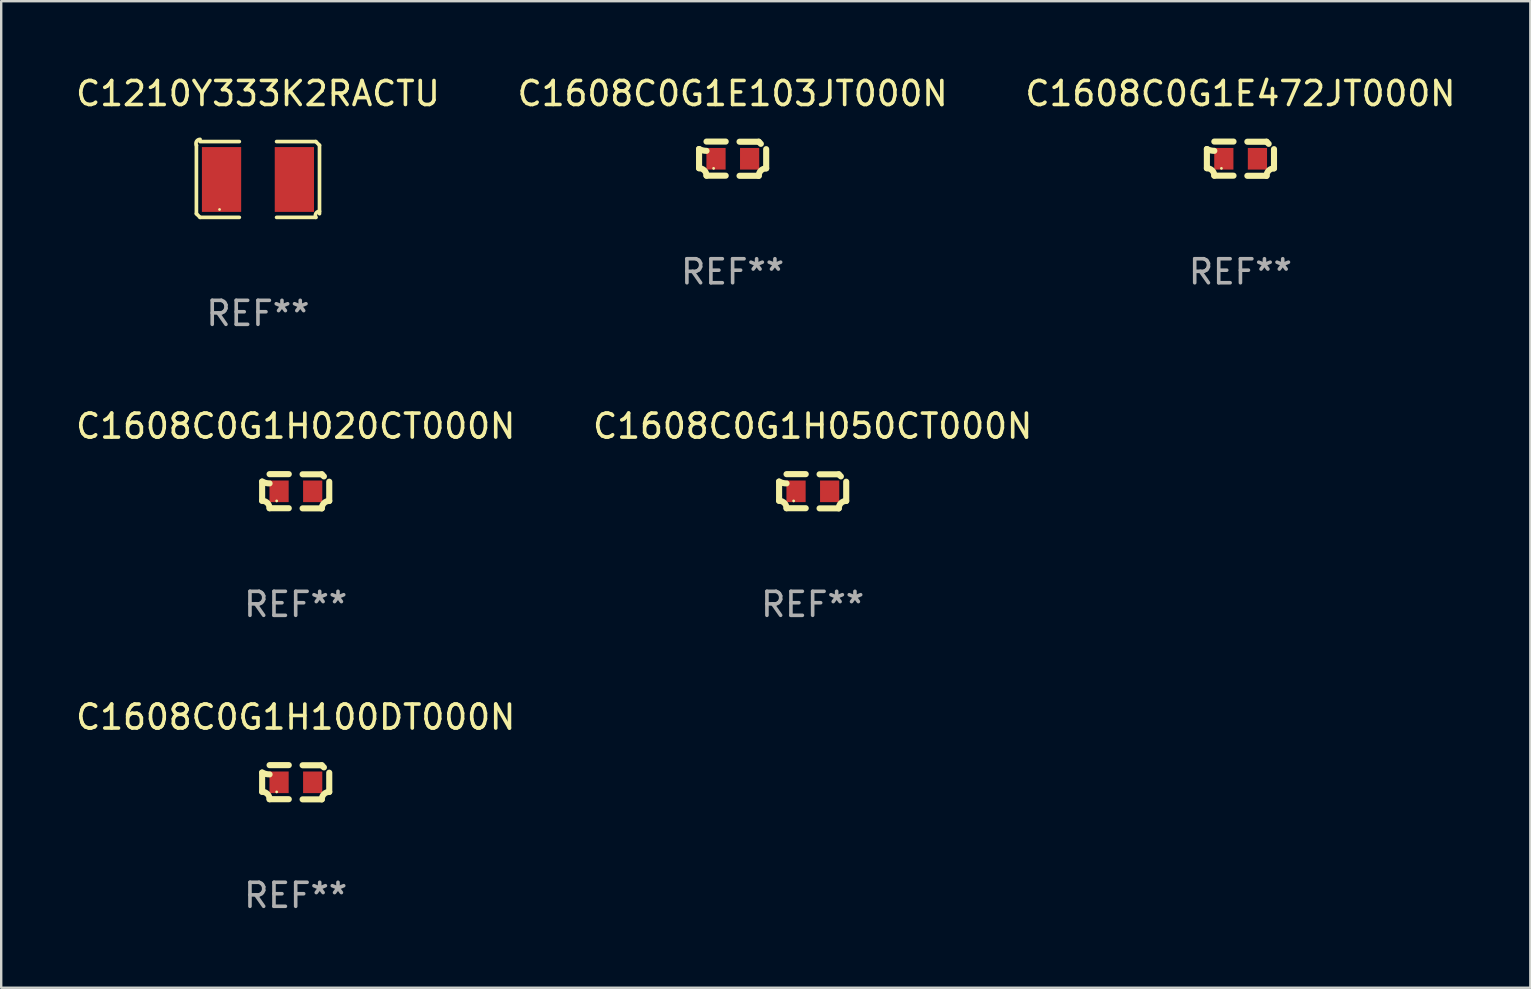
<source format=kicad_pcb>
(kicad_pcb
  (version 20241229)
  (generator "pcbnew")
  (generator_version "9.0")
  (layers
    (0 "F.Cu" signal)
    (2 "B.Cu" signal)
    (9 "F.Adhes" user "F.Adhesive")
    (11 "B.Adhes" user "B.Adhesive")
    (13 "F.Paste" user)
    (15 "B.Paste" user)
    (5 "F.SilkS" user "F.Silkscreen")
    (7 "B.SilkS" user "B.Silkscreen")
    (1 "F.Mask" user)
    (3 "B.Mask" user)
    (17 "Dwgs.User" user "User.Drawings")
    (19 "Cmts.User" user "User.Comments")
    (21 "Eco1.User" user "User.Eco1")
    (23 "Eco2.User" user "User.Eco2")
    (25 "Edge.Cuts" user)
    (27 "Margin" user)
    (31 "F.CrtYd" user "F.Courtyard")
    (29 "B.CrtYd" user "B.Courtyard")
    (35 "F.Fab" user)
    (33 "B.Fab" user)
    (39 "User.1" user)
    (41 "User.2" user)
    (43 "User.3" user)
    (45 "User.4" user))
  (footprint "C1608C0G1H050CT000N"
    (layer "F.Cu")
    (at 30.804 17.415)
    (property "Reference" "C1608C0G1H050CT000N" (at 0 -2.713 0) (layer "F.SilkS") (effects (font (size 1 1) (thickness 0.15))))
    (attr through_hole)
    (fp_line (start -1.398 -0.403) (end -1.398 0.397) (stroke (width 0.254) (type solid)) (layer "F.SilkS"))
    (fp_line (start -0.288 -0.713) (end -1.088 -0.713) (stroke (width 0.254) (type solid)) (layer "F.SilkS"))
    (fp_line (start -0.288 0.707) (end -1.088 0.707) (stroke (width 0.254) (type solid)) (layer "F.SilkS"))
    (fp_line (start 0.288 -0.707) (end 1.088 -0.707) (stroke (width 0.254) (type solid)) (layer "F.SilkS"))
    (fp_line (start 0.288 0.713) (end 1.088 0.713) (stroke (width 0.254) (type solid)) (layer "F.SilkS"))
    (fp_line (start 1.398 -0.397) (end 1.398 0.403) (stroke (width 0.254) (type solid)) (layer "F.SilkS"))
    (fp_arc (start -1.397789 0.397066) (mid -1.178701 0.487826) (end -1.08796 0.706922) (stroke (width 0.254001) (type solid)) (layer "F.SilkS"))
    (fp_arc (start -1.08796 -0.327176) (mid -1.247436 -0.346384) (end -1.39779 -0.402908) (stroke (width 0.254001) (type solid)) (layer "F.SilkS"))
    (fp_arc (start 1.087909 0.712738) (mid 1.178656 0.493655) (end 1.397739 0.402908) (stroke (width 0.254001) (type solid)) (layer "F.SilkS"))
    (fp_arc (start 1.175925 -0.618926) (mid 1.131917 -0.662923) (end 1.08791 -0.706922) (stroke (width 0.254001) (type solid)) (layer "F.SilkS"))
    (fp_circle (center -0.792 0.403) (end -0.762 0.403) (stroke (width 0.06) (type solid)) (fill no) (layer "F.SilkS"))
    (fp_text user "REF**" (at 0 4.713 0) (layer "F.Fab") (effects (font (size 1 1) (thickness 0.15))))
    (pad "1" smd rect (at -0.692 0.003) (size 0.8 0.9) (layers "F.Cu" "F.Mask" "F.Paste"))
    (pad "2" smd rect (at 0.708 0.003) (size 0.8 0.9) (layers "F.Cu" "F.Mask" "F.Paste")))
  (footprint "C1608C0G1H020CT000N"
    (layer "F.Cu")
    (at 9.268 17.415)
    (property "Reference" "C1608C0G1H020CT000N" (at 0 -2.713 0) (layer "F.SilkS") (effects (font (size 1 1) (thickness 0.15))))
    (attr through_hole)
    (fp_line (start -1.398 -0.403) (end -1.398 0.397) (stroke (width 0.254) (type solid)) (layer "F.SilkS"))
    (fp_line (start -0.288 -0.713) (end -1.088 -0.713) (stroke (width 0.254) (type solid)) (layer "F.SilkS"))
    (fp_line (start -0.288 0.707) (end -1.088 0.707) (stroke (width 0.254) (type solid)) (layer "F.SilkS"))
    (fp_line (start 0.288 -0.707) (end 1.088 -0.707) (stroke (width 0.254) (type solid)) (layer "F.SilkS"))
    (fp_line (start 0.288 0.713) (end 1.088 0.713) (stroke (width 0.254) (type solid)) (layer "F.SilkS"))
    (fp_line (start 1.398 -0.397) (end 1.398 0.403) (stroke (width 0.254) (type solid)) (layer "F.SilkS"))
    (fp_arc (start -1.397789 0.397066) (mid -1.178701 0.487826) (end -1.08796 0.706922) (stroke (width 0.254001) (type solid)) (layer "F.SilkS"))
    (fp_arc (start -1.08796 -0.327176) (mid -1.247436 -0.346384) (end -1.39779 -0.402908) (stroke (width 0.254001) (type solid)) (layer "F.SilkS"))
    (fp_arc (start 1.087909 0.712738) (mid 1.178656 0.493655) (end 1.397739 0.402908) (stroke (width 0.254001) (type solid)) (layer "F.SilkS"))
    (fp_arc (start 1.175925 -0.618926) (mid 1.131917 -0.662923) (end 1.08791 -0.706922) (stroke (width 0.254001) (type solid)) (layer "F.SilkS"))
    (fp_circle (center -0.792 0.403) (end -0.762 0.403) (stroke (width 0.06) (type solid)) (fill no) (layer "F.SilkS"))
    (fp_text user "REF**" (at 0 4.713 0) (layer "F.Fab") (effects (font (size 1 1) (thickness 0.15))))
    (pad "1" smd rect (at -0.692 0.003) (size 0.8 0.9) (layers "F.Cu" "F.Mask" "F.Paste"))
    (pad "2" smd rect (at 0.708 0.003) (size 0.8 0.9) (layers "F.Cu" "F.Mask" "F.Paste")))
  (footprint "C1210Y333K2RACTU"
    (layer "F.Cu")
    (at 7.696 4.427)
    (property "Reference" "C1210Y333K2RACTU" (at 0 -3.579 0) (layer "F.SilkS") (effects (font (size 1 1) (thickness 0.15))))
    (attr through_hole)
    (fp_line (start -2.564 1.426) (end -2.564 -1.426) (stroke (width 0.152) (type solid)) (layer "F.SilkS"))
    (fp_line (start -2.411 -1.579) (end -0.776 -1.579) (stroke (width 0.152) (type solid)) (layer "F.SilkS"))
    (fp_line (start -0.776 1.579) (end -2.411 1.579) (stroke (width 0.152) (type solid)) (layer "F.SilkS"))
    (fp_line (start 0.776 1.579) (end 2.411 1.579) (stroke (width 0.152) (type solid)) (layer "F.SilkS"))
    (fp_line (start 2.411 -1.579) (end 0.776 -1.579) (stroke (width 0.152) (type solid)) (layer "F.SilkS"))
    (fp_line (start 2.564 1.426) (end 2.564 -1.426) (stroke (width 0.152) (type solid)) (layer "F.SilkS"))
    (fp_arc (start -2.563602 -1.426213) (mid -2.555597 -1.591233) (end -2.411201 -1.671518) (stroke (width 0.1524) (type solid)) (layer "F.SilkS"))
    (fp_arc (start -2.5636 1.426214) (mid -2.487389 1.502402) (end -2.411201 1.578613) (stroke (width 0.1524) (type solid)) (layer "F.SilkS"))
    (fp_arc (start 2.411197 -1.578618) (mid 2.487403 -1.502419) (end 2.563602 -1.426213) (stroke (width 0.1524) (type solid)) (layer "F.SilkS"))
    (fp_arc (start 2.411201 1.578613) (mid 2.416214 1.409455) (end 2.563602 1.32629) (stroke (width 0.1524) (type solid)) (layer "F.SilkS"))
    (fp_circle (center -1.6 1.25) (end -1.57 1.25) (stroke (width 0.06) (type solid)) (fill no) (layer "F.SilkS"))
    (fp_text user "REF**" (at 0 5.579 0) (layer "F.Fab") (effects (font (size 1 1) (thickness 0.15))))
    (pad "1" smd rect (at -1.517 0) (size 1.635 2.7) (layers "F.Cu" "F.Mask" "F.Paste"))
    (pad "2" smd rect (at 1.517 0) (size 1.635 2.7) (layers "F.Cu" "F.Mask" "F.Paste")))
  (footprint "C1608C0G1E472JT000N"
    (layer "F.Cu")
    (at 48.625 3.561)
    (property "Reference" "C1608C0G1E472JT000N" (at 0 -2.713 0) (layer "F.SilkS") (effects (font (size 1 1) (thickness 0.15))))
    (attr through_hole)
    (fp_line (start -1.398 -0.403) (end -1.398 0.397) (stroke (width 0.254) (type solid)) (layer "F.SilkS"))
    (fp_line (start -0.288 -0.713) (end -1.088 -0.713) (stroke (width 0.254) (type solid)) (layer "F.SilkS"))
    (fp_line (start -0.288 0.707) (end -1.088 0.707) (stroke (width 0.254) (type solid)) (layer "F.SilkS"))
    (fp_line (start 0.288 -0.707) (end 1.088 -0.707) (stroke (width 0.254) (type solid)) (layer "F.SilkS"))
    (fp_line (start 0.288 0.713) (end 1.088 0.713) (stroke (width 0.254) (type solid)) (layer "F.SilkS"))
    (fp_line (start 1.398 -0.397) (end 1.398 0.403) (stroke (width 0.254) (type solid)) (layer "F.SilkS"))
    (fp_arc (start -1.397789 0.397066) (mid -1.178701 0.487826) (end -1.08796 0.706922) (stroke (width 0.254001) (type solid)) (layer "F.SilkS"))
    (fp_arc (start -1.08796 -0.327176) (mid -1.247436 -0.346384) (end -1.39779 -0.402908) (stroke (width 0.254001) (type solid)) (layer "F.SilkS"))
    (fp_arc (start 1.087909 0.712738) (mid 1.178656 0.493655) (end 1.397739 0.402908) (stroke (width 0.254001) (type solid)) (layer "F.SilkS"))
    (fp_arc (start 1.175925 -0.618926) (mid 1.131917 -0.662923) (end 1.08791 -0.706922) (stroke (width 0.254001) (type solid)) (layer "F.SilkS"))
    (fp_circle (center -0.792 0.403) (end -0.762 0.403) (stroke (width 0.06) (type solid)) (fill no) (layer "F.SilkS"))
    (fp_text user "REF**" (at 0 4.713 0) (layer "F.Fab") (effects (font (size 1 1) (thickness 0.15))))
    (pad "1" smd rect (at -0.692 0.003) (size 0.8 0.9) (layers "F.Cu" "F.Mask" "F.Paste"))
    (pad "2" smd rect (at 0.708 0.003) (size 0.8 0.9) (layers "F.Cu" "F.Mask" "F.Paste")))
  (footprint "C1608C0G1E103JT000N"
    (layer "F.Cu")
    (at 27.47 3.561)
    (property "Reference" "C1608C0G1E103JT000N" (at 0 -2.713 0) (layer "F.SilkS") (effects (font (size 1 1) (thickness 0.15))))
    (attr through_hole)
    (fp_line (start -1.398 -0.403) (end -1.398 0.397) (stroke (width 0.254) (type solid)) (layer "F.SilkS"))
    (fp_line (start -0.288 -0.713) (end -1.088 -0.713) (stroke (width 0.254) (type solid)) (layer "F.SilkS"))
    (fp_line (start -0.288 0.707) (end -1.088 0.707) (stroke (width 0.254) (type solid)) (layer "F.SilkS"))
    (fp_line (start 0.288 -0.707) (end 1.088 -0.707) (stroke (width 0.254) (type solid)) (layer "F.SilkS"))
    (fp_line (start 0.288 0.713) (end 1.088 0.713) (stroke (width 0.254) (type solid)) (layer "F.SilkS"))
    (fp_line (start 1.398 -0.397) (end 1.398 0.403) (stroke (width 0.254) (type solid)) (layer "F.SilkS"))
    (fp_arc (start -1.397789 0.397066) (mid -1.178701 0.487826) (end -1.08796 0.706922) (stroke (width 0.254001) (type solid)) (layer "F.SilkS"))
    (fp_arc (start -1.08796 -0.327176) (mid -1.247436 -0.346384) (end -1.39779 -0.402908) (stroke (width 0.254001) (type solid)) (layer "F.SilkS"))
    (fp_arc (start 1.087909 0.712738) (mid 1.178656 0.493655) (end 1.397739 0.402908) (stroke (width 0.254001) (type solid)) (layer "F.SilkS"))
    (fp_arc (start 1.175925 -0.618926) (mid 1.131917 -0.662923) (end 1.08791 -0.706922) (stroke (width 0.254001) (type solid)) (layer "F.SilkS"))
    (fp_circle (center -0.792 0.403) (end -0.762 0.403) (stroke (width 0.06) (type solid)) (fill no) (layer "F.SilkS"))
    (fp_text user "REF**" (at 0 4.713 0) (layer "F.Fab") (effects (font (size 1 1) (thickness 0.15))))
    (pad "1" smd rect (at -0.692 0.003) (size 0.8 0.9) (layers "F.Cu" "F.Mask" "F.Paste"))
    (pad "2" smd rect (at 0.708 0.003) (size 0.8 0.9) (layers "F.Cu" "F.Mask" "F.Paste")))
  (footprint "C1608C0G1H100DT000N"
    (layer "F.Cu")
    (at 9.268 29.537)
    (property "Reference" "C1608C0G1H100DT000N" (at 0 -2.713 0) (layer "F.SilkS") (effects (font (size 1 1) (thickness 0.15))))
    (attr through_hole)
    (fp_line (start -1.398 -0.403) (end -1.398 0.397) (stroke (width 0.254) (type solid)) (layer "F.SilkS"))
    (fp_line (start -0.288 -0.713) (end -1.088 -0.713) (stroke (width 0.254) (type solid)) (layer "F.SilkS"))
    (fp_line (start -0.288 0.707) (end -1.088 0.707) (stroke (width 0.254) (type solid)) (layer "F.SilkS"))
    (fp_line (start 0.288 -0.707) (end 1.088 -0.707) (stroke (width 0.254) (type solid)) (layer "F.SilkS"))
    (fp_line (start 0.288 0.713) (end 1.088 0.713) (stroke (width 0.254) (type solid)) (layer "F.SilkS"))
    (fp_line (start 1.398 -0.397) (end 1.398 0.403) (stroke (width 0.254) (type solid)) (layer "F.SilkS"))
    (fp_arc (start -1.397789 0.397066) (mid -1.178701 0.487826) (end -1.08796 0.706922) (stroke (width 0.254001) (type solid)) (layer "F.SilkS"))
    (fp_arc (start -1.08796 -0.327176) (mid -1.247436 -0.346384) (end -1.39779 -0.402908) (stroke (width 0.254001) (type solid)) (layer "F.SilkS"))
    (fp_arc (start 1.087909 0.712738) (mid 1.178656 0.493655) (end 1.397739 0.402908) (stroke (width 0.254001) (type solid)) (layer "F.SilkS"))
    (fp_arc (start 1.175925 -0.618926) (mid 1.131917 -0.662923) (end 1.08791 -0.706922) (stroke (width 0.254001) (type solid)) (layer "F.SilkS"))
    (fp_circle (center -0.792 0.403) (end -0.762 0.403) (stroke (width 0.06) (type solid)) (fill no) (layer "F.SilkS"))
    (fp_text user "REF**" (at 0 4.713 0) (layer "F.Fab") (effects (font (size 1 1) (thickness 0.15))))
    (pad "1" smd rect (at -0.692 0.003) (size 0.8 0.9) (layers "F.Cu" "F.Mask" "F.Paste"))
    (pad "2" smd rect (at 0.708 0.003) (size 0.8 0.9) (layers "F.Cu" "F.Mask" "F.Paste")))
  (gr_rect
    (start -3 -3)
    (end 60.702 38.098)
    (stroke (width 0.1) (type default))
    (fill no)
    (layer "Edge.Cuts")))
</source>
